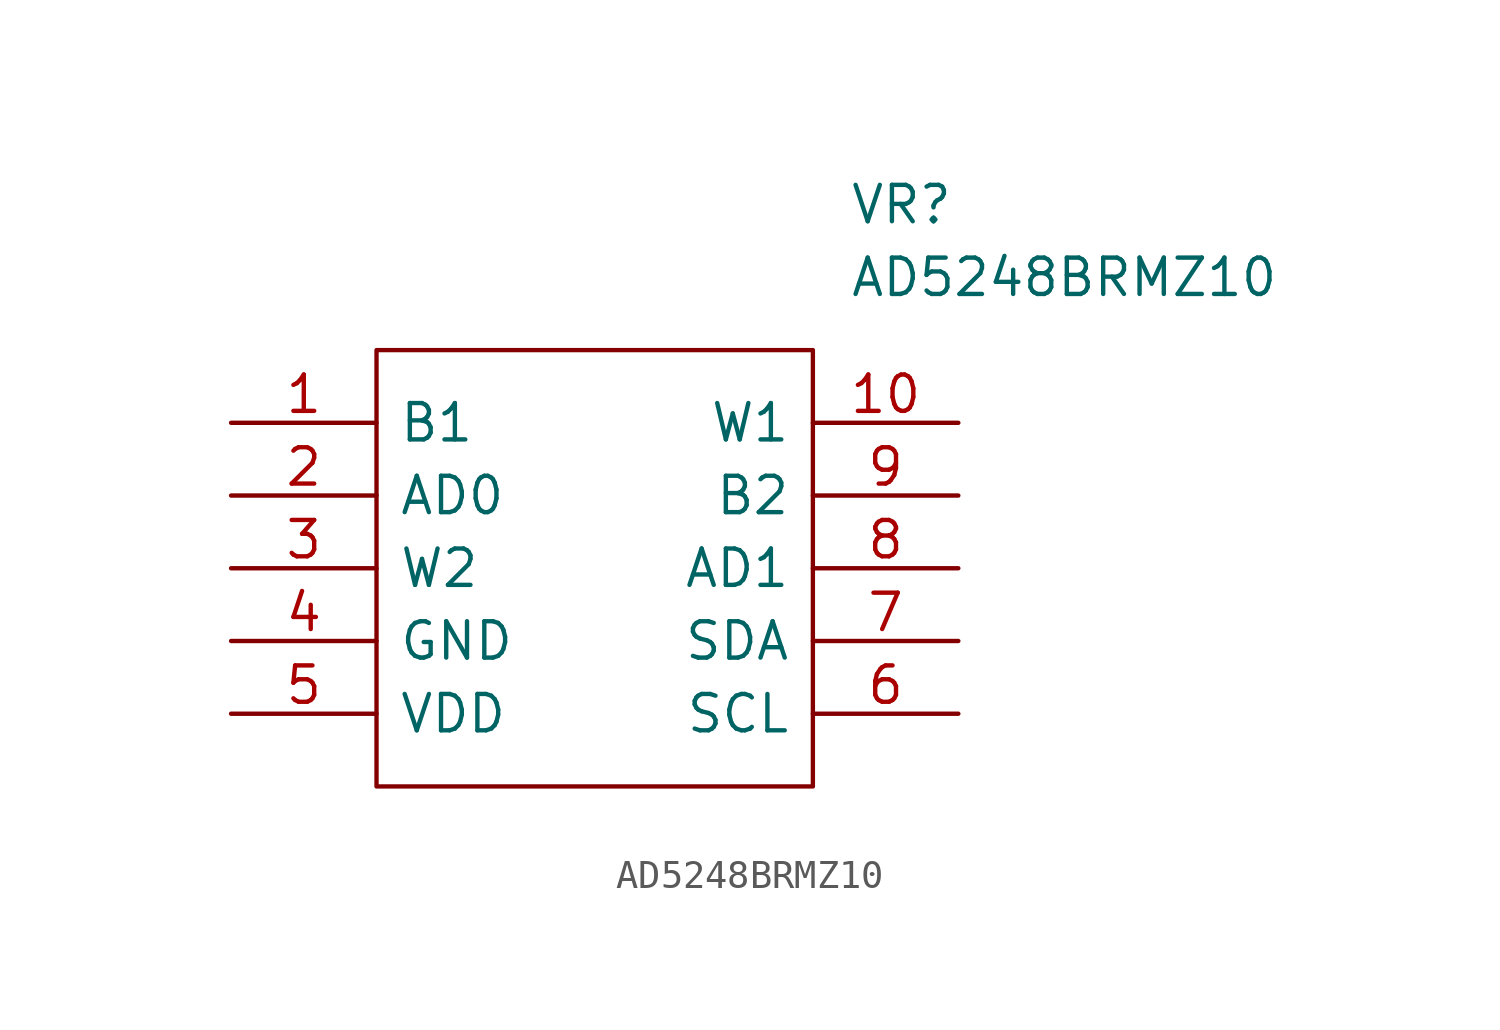
<source format=kicad_sym>
(kicad_symbol_lib
  (version 20211014)
  (generator kicad_symbol_editor)
  (symbol "AD5248BRMZ10"
    (pin_names
      (offset 0.762))
    (property "Reference" "VR"
      (at 21.59 7.62 0)
      (effects (font (size 1.27 1.27)) (justify left)))
    (property "Value" "AD5248BRMZ10"
      (at 21.59 5.08 0)
      (effects (font (size 1.27 1.27)) (justify left)))
    (symbol "AD5248BRMZ10_0_0"
      (pin passive line (at 0 0 0) (length 5.08) (name "B1" (effects (font (size 1.27 1.27)))) (number "1" (effects (font (size 1.27 1.27)))))
      (pin passive line (at 25.4 0 180) (length 5.08) (name "W1" (effects (font (size 1.27 1.27)))) (number "10" (effects (font (size 1.27 1.27)))))
      (pin input line (at 0 -2.54 0) (length 5.08) (name "AD0" (effects (font (size 1.27 1.27)))) (number "2" (effects (font (size 1.27 1.27)))))
      (pin passive line (at 0 -5.08 0) (length 5.08) (name "W2" (effects (font (size 1.27 1.27)))) (number "3" (effects (font (size 1.27 1.27)))))
      (pin power_in line (at 0 -7.62 0) (length 5.08) (name "GND" (effects (font (size 1.27 1.27)))) (number "4" (effects (font (size 1.27 1.27)))))
      (pin power_in line (at 0 -10.16 0) (length 5.08) (name "VDD" (effects (font (size 1.27 1.27)))) (number "5" (effects (font (size 1.27 1.27)))))
      (pin input line (at 25.4 -10.16 180) (length 5.08) (name "SCL" (effects (font (size 1.27 1.27)))) (number "6" (effects (font (size 1.27 1.27)))))
      (pin bidirectional line (at 25.4 -7.62 180) (length 5.08) (name "SDA" (effects (font (size 1.27 1.27)))) (number "7" (effects (font (size 1.27 1.27)))))
      (pin input line (at 25.4 -5.08 180) (length 5.08) (name "AD1" (effects (font (size 1.27 1.27)))) (number "8" (effects (font (size 1.27 1.27)))))
      (pin passive line (at 25.4 -2.54 180) (length 5.08) (name "B2" (effects (font (size 1.27 1.27)))) (number "9" (effects (font (size 1.27 1.27))))))
    (symbol "AD5248BRMZ10_0_1"
      (polyline (pts (xy 5.08 2.54) (xy 20.32 2.54) (xy 20.32 -12.7) (xy 5.08 -12.7) (xy 5.08 2.54)) (stroke (width 0.152) (type default) (color 0 0 0 0)) (fill (type none))))))
</source>
